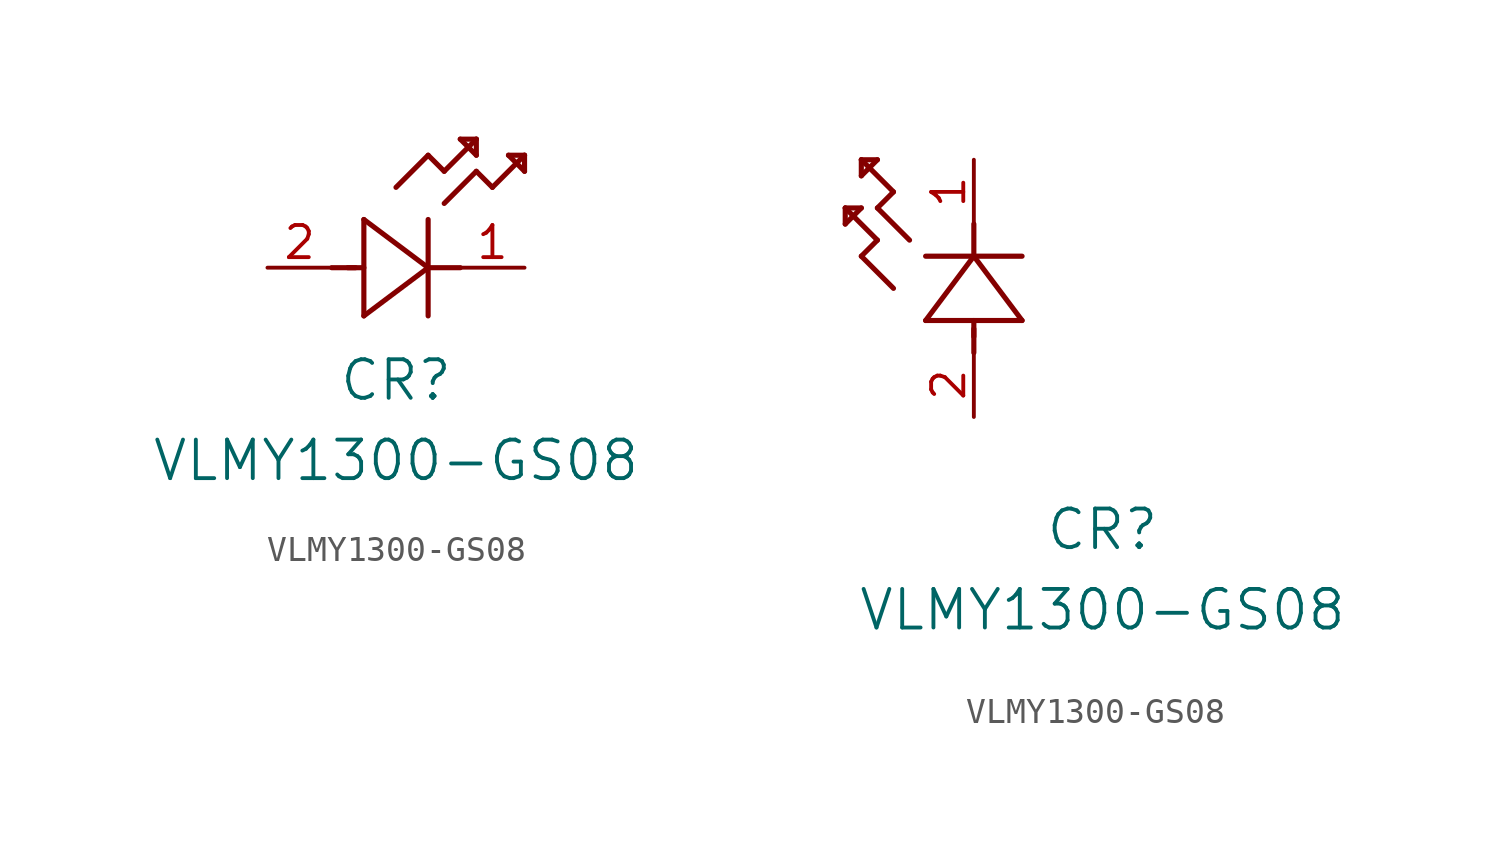
<source format=kicad_sym>
(kicad_symbol_lib
  (version 20241209)
  (generator "kicad_symbol_editor")
  (generator_version "9.0")
  (symbol "VLMY1300-GS08"
    (pin_names
      (offset 0.254))
    (property "Reference" "CR"
      (at 5.08 -4.445 0)
      (effects (font (size 1.524 1.524))))
    (property "Value" "VLMY1300-GS08"
      (at 5.08 -7.62 0)
      (effects (font (size 1.524 1.524))))
    (symbol "VLMY1300-GS08_1_1"
      (polyline (pts (xy 2.54 0) (xy 3.48 0)) (stroke (width 0.203) (type default)) (fill (type none)))
      (polyline (pts (xy 3.175 0) (xy 3.81 0)) (stroke (width 0.203) (type default)) (fill (type none)))
      (polyline (pts (xy 3.81 1.905) (xy 3.81 -1.905)) (stroke (width 0.203) (type default)) (fill (type none)))
      (polyline (pts (xy 3.81 -1.905) (xy 6.35 0)) (stroke (width 0.203) (type default)) (fill (type none)))
      (polyline (pts (xy 5.08 3.175) (xy 6.35 4.445)) (stroke (width 0.203) (type default)) (fill (type none)))
      (polyline (pts (xy 6.35 4.445) (xy 6.985 3.81)) (stroke (width 0.203) (type default)) (fill (type none)))
      (polyline (pts (xy 6.35 0) (xy 3.81 1.905)) (stroke (width 0.203) (type default)) (fill (type none)))
      (polyline (pts (xy 6.35 0) (xy 7.62 0)) (stroke (width 0.203) (type default)) (fill (type none)))
      (polyline (pts (xy 6.35 -1.905) (xy 6.35 1.905)) (stroke (width 0.203) (type default)) (fill (type none)))
      (polyline (pts (xy 6.985 3.81) (xy 8.255 5.08)) (stroke (width 0.203) (type default)) (fill (type none)))
      (polyline (pts (xy 6.985 2.54) (xy 8.255 3.81)) (stroke (width 0.203) (type default)) (fill (type none)))
      (polyline (pts (xy 7.62 5.08) (xy 8.255 4.445)) (stroke (width 0.203) (type default)) (fill (type none)))
      (polyline (pts (xy 8.255 5.08) (xy 7.62 5.08)) (stroke (width 0.203) (type default)) (fill (type none)))
      (polyline (pts (xy 8.255 4.445) (xy 8.255 5.08)) (stroke (width 0.203) (type default)) (fill (type none)))
      (polyline (pts (xy 8.255 3.81) (xy 8.89 3.175)) (stroke (width 0.203) (type default)) (fill (type none)))
      (polyline (pts (xy 8.89 3.175) (xy 10.16 4.445)) (stroke (width 0.203) (type default)) (fill (type none)))
      (polyline (pts (xy 9.525 4.445) (xy 10.16 3.81)) (stroke (width 0.203) (type default)) (fill (type none)))
      (polyline (pts (xy 10.16 4.445) (xy 9.525 4.445)) (stroke (width 0.203) (type default)) (fill (type none)))
      (polyline (pts (xy 10.16 3.81) (xy 10.16 4.445)) (stroke (width 0.203) (type default)) (fill (type none)))
      (pin passive line (at 0 0 0) (length 2.54) (name "" (effects (font (size 1.27 1.27)))) (number "2" (effects (font (size 1.27 1.27)))))
      (pin passive line (at 10.16 0 180) (length 2.54) (name "" (effects (font (size 1.27 1.27)))) (number "1" (effects (font (size 1.27 1.27))))))
    (symbol "VLMY1300-GS08_1_2"
      (polyline (pts (xy -5.08 8.255) (xy -5.08 7.62)) (stroke (width 0.203) (type default)) (fill (type none)))
      (polyline (pts (xy -5.08 7.62) (xy -4.445 8.255)) (stroke (width 0.203) (type default)) (fill (type none)))
      (polyline (pts (xy -4.445 10.16) (xy -4.445 9.525)) (stroke (width 0.203) (type default)) (fill (type none)))
      (polyline (pts (xy -4.445 9.525) (xy -3.81 10.16)) (stroke (width 0.203) (type default)) (fill (type none)))
      (polyline (pts (xy -4.445 8.255) (xy -5.08 8.255)) (stroke (width 0.203) (type default)) (fill (type none)))
      (polyline (pts (xy -4.445 6.35) (xy -3.81 6.985)) (stroke (width 0.203) (type default)) (fill (type none)))
      (polyline (pts (xy -3.81 10.16) (xy -4.445 10.16)) (stroke (width 0.203) (type default)) (fill (type none)))
      (polyline (pts (xy -3.81 8.255) (xy -3.175 8.89)) (stroke (width 0.203) (type default)) (fill (type none)))
      (polyline (pts (xy -3.81 6.985) (xy -5.08 8.255)) (stroke (width 0.203) (type default)) (fill (type none)))
      (polyline (pts (xy -3.175 8.89) (xy -4.445 10.16)) (stroke (width 0.203) (type default)) (fill (type none)))
      (polyline (pts (xy -3.175 5.08) (xy -4.445 6.35)) (stroke (width 0.203) (type default)) (fill (type none)))
      (polyline (pts (xy -2.54 6.985) (xy -3.81 8.255)) (stroke (width 0.203) (type default)) (fill (type none)))
      (polyline (pts (xy -1.905 3.81) (xy 1.905 3.81)) (stroke (width 0.203) (type default)) (fill (type none)))
      (polyline (pts (xy 0 6.35) (xy -1.905 3.81)) (stroke (width 0.203) (type default)) (fill (type none)))
      (polyline (pts (xy 0 6.35) (xy 0 7.62)) (stroke (width 0.203) (type default)) (fill (type none)))
      (polyline (pts (xy 0 3.175) (xy 0 3.81)) (stroke (width 0.203) (type default)) (fill (type none)))
      (polyline (pts (xy 0 2.54) (xy 0 3.48)) (stroke (width 0.203) (type default)) (fill (type none)))
      (polyline (pts (xy 1.905 6.35) (xy -1.905 6.35)) (stroke (width 0.203) (type default)) (fill (type none)))
      (polyline (pts (xy 1.905 3.81) (xy 0 6.35)) (stroke (width 0.203) (type default)) (fill (type none)))
      (pin unspecified line (at 0 10.16 270) (length 2.54) (name "" (effects (font (size 1.27 1.27)))) (number "1" (effects (font (size 1.27 1.27)))))
      (pin unspecified line (at 0 0 90) (length 2.54) (name "" (effects (font (size 1.27 1.27)))) (number "2" (effects (font (size 1.27 1.27))))))))
</source>
